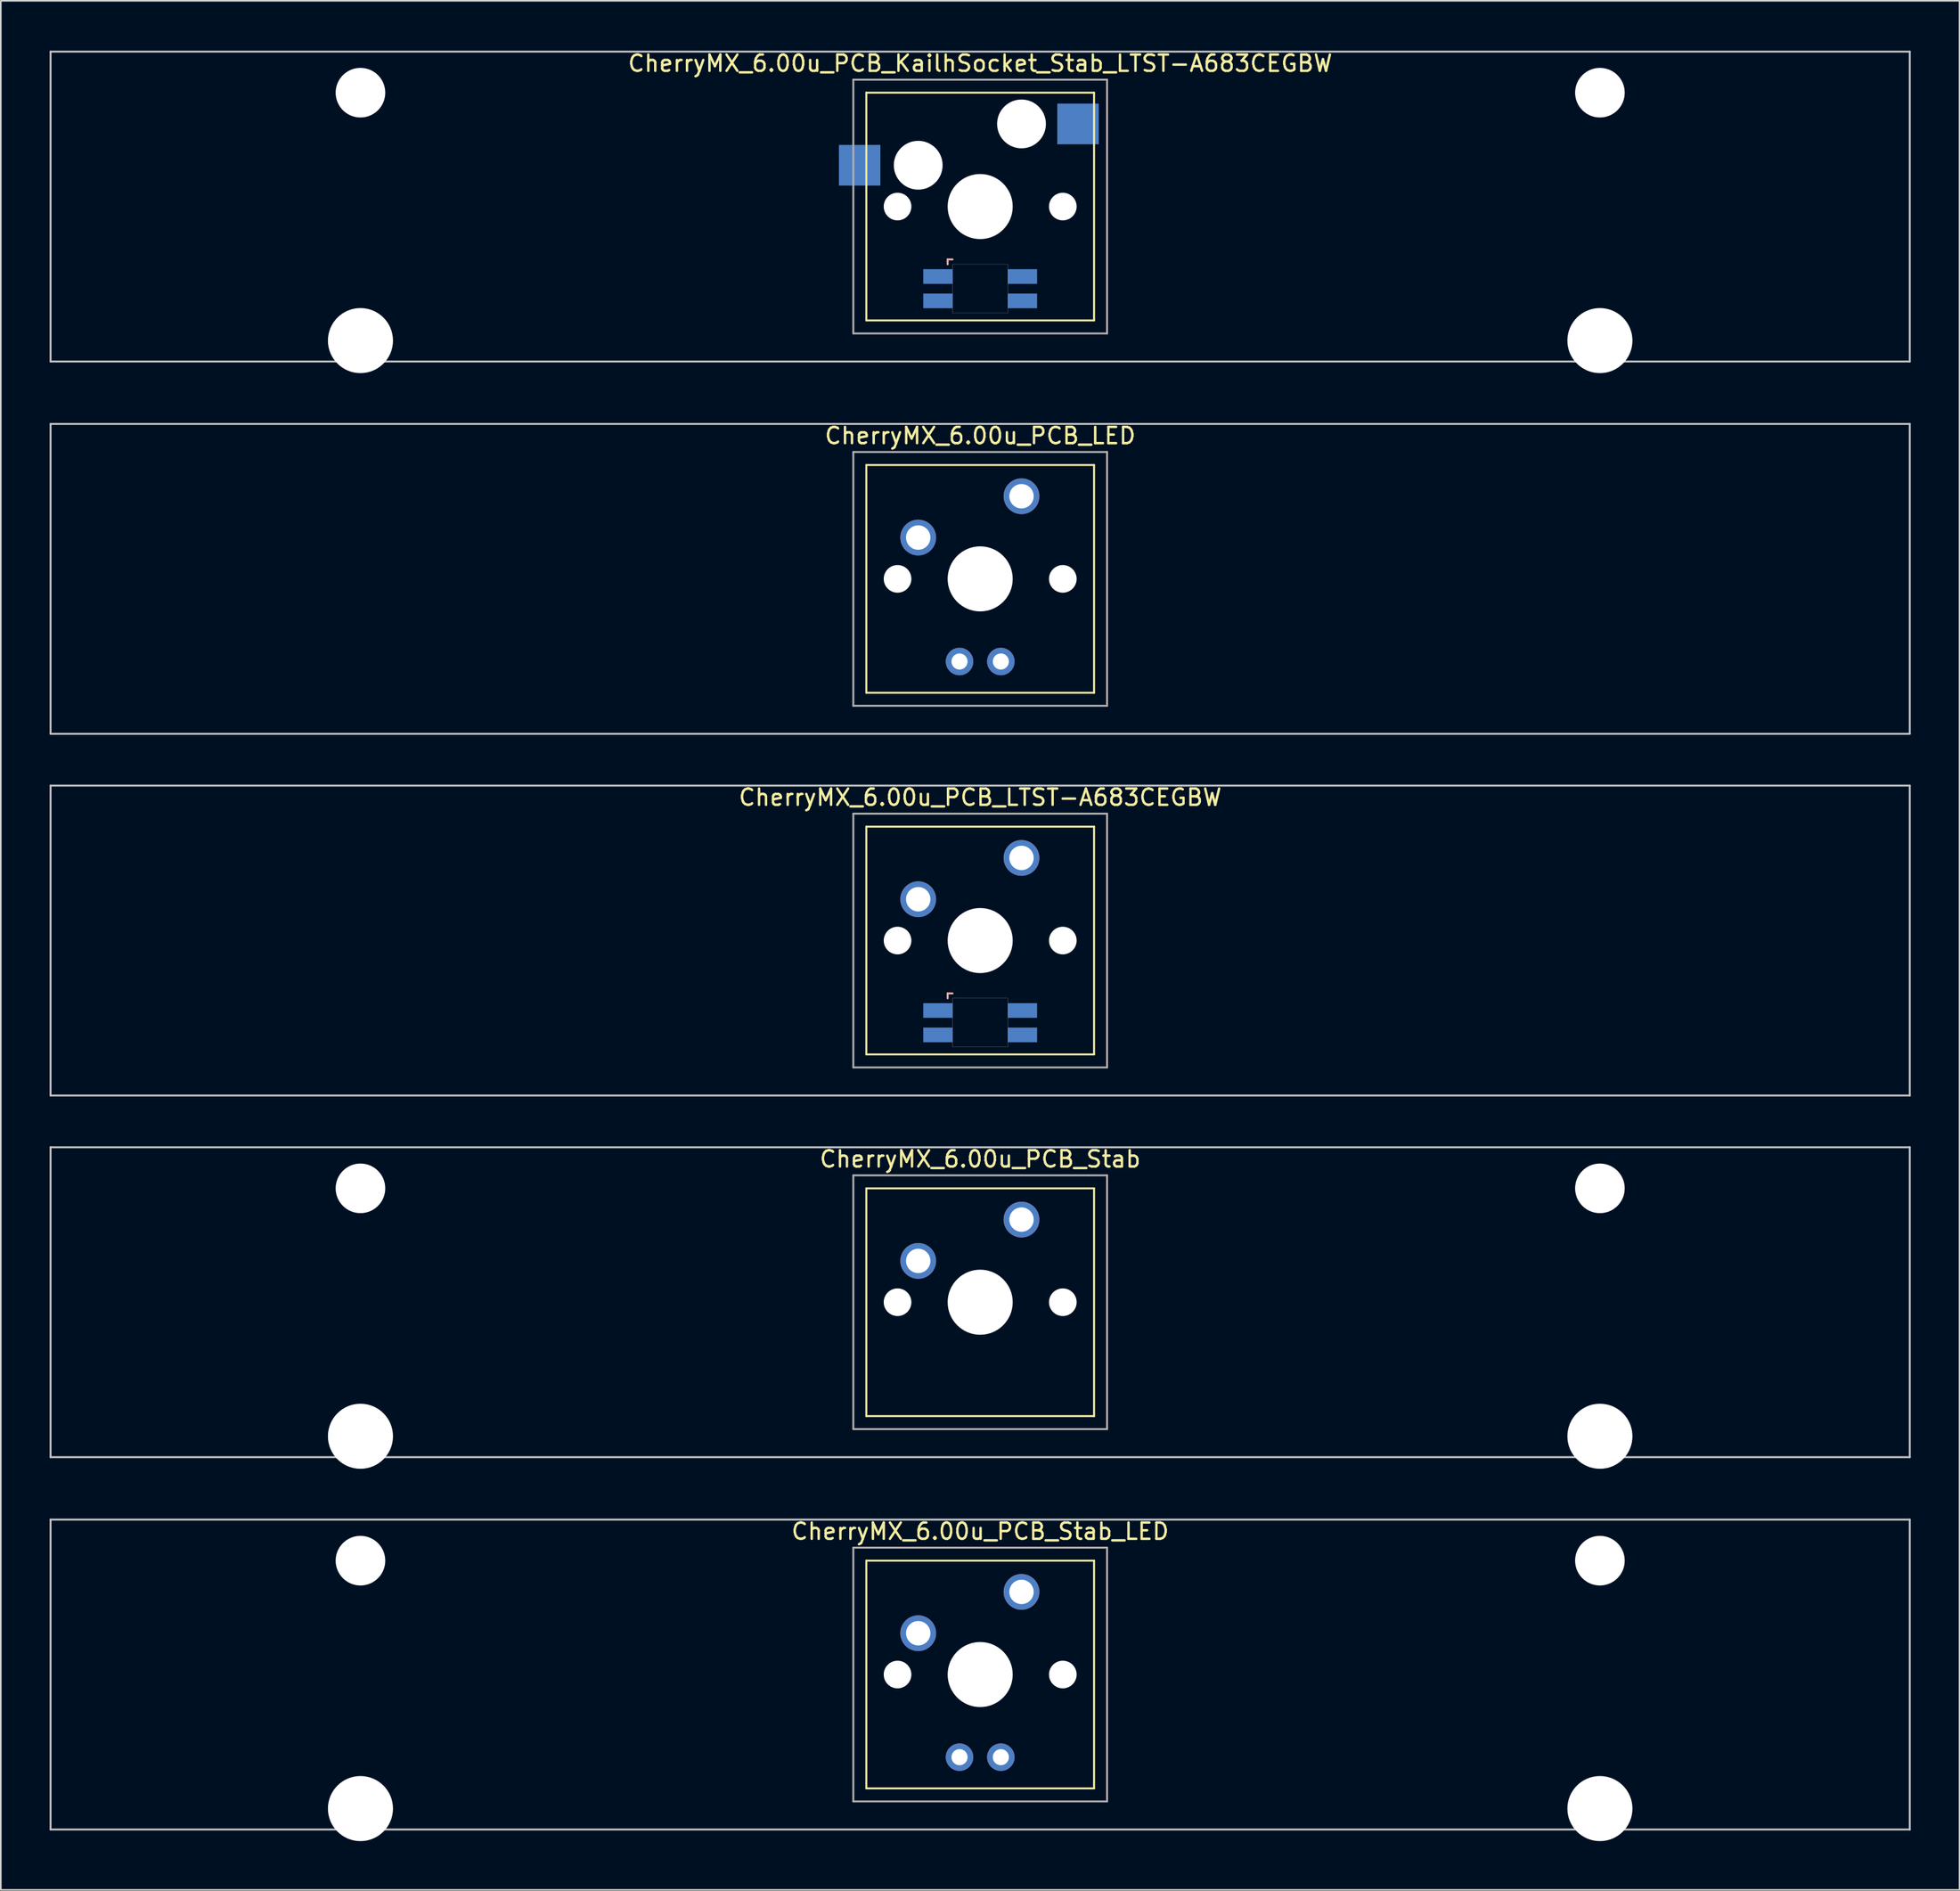
<source format=kicad_pcb>
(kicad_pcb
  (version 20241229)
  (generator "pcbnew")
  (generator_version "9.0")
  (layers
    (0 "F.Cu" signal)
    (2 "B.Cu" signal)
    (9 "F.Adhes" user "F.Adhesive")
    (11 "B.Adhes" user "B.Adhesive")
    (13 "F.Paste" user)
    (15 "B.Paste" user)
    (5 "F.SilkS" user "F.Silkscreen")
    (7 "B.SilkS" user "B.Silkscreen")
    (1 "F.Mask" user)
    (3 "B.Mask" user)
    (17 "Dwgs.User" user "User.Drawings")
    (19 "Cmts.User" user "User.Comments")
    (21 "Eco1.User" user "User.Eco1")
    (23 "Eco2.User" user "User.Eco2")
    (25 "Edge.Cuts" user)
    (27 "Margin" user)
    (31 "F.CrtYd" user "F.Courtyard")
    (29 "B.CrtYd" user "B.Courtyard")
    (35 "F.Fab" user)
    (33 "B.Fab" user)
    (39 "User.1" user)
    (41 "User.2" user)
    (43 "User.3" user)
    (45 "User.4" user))
  (footprint "CherryMX_6.00u_PCB_LTST-A683CEGBW"
    (layer "F.Cu")
    (at 57.21 54.77)
    (property "Reference" "CherryMX_6.00u_PCB_LTST-A683CEGBW" (at 0 -8.8 0) (layer "F.SilkS") (effects (font (size 1 1) (thickness 0.15))))
    (attr through_hole)
    (fp_line (start -7 -7) (end -7 7) (stroke (width 0.12) (type solid)) (layer "F.SilkS"))
    (fp_line (start -7 -7) (end 7 -7) (stroke (width 0.12) (type solid)) (layer "F.SilkS"))
    (fp_line (start 7 -7) (end 7 7) (stroke (width 0.12) (type solid)) (layer "F.SilkS"))
    (fp_line (start 7 7) (end -7 7) (stroke (width 0.12) (type solid)) (layer "F.SilkS"))
    (fp_line (start -2 3.25) (end -2 3.55) (stroke (width 0.12) (type solid)) (layer "B.SilkS"))
    (fp_line (start -1.7 3.25) (end -2 3.25) (stroke (width 0.12) (type solid)) (layer "B.SilkS"))
    (fp_line (start -57.15 -9.525) (end 57.15 -9.525) (stroke (width 0.12) (type solid)) (layer "Dwgs.User"))
    (fp_line (start -57.15 9.525) (end -57.15 -9.525) (stroke (width 0.12) (type solid)) (layer "Dwgs.User"))
    (fp_line (start 57.15 -9.525) (end 57.15 9.525) (stroke (width 0.12) (type solid)) (layer "Dwgs.User"))
    (fp_line (start 57.15 9.525) (end -57.15 9.525) (stroke (width 0.12) (type solid)) (layer "Dwgs.User"))
    (fp_poly (pts (xy 1.7 6.55) (xy -1.7 6.55) (xy -1.7 3.55) (xy 1.7 3.55)) (stroke (width 0.01) (type solid)) (fill no) (layer "Edge.Cuts"))
    (fp_line (start -7.8 -7.8) (end -7.8 7.8) (stroke (width 0.12) (type solid)) (layer "F.Fab"))
    (fp_line (start -7.8 -7.8) (end 7.8 -7.8) (stroke (width 0.12) (type solid)) (layer "F.Fab"))
    (fp_line (start -7.8 7.8) (end 7.8 7.8) (stroke (width 0.12) (type solid)) (layer "F.Fab"))
    (fp_line (start 7.8 -7.8) (end 7.8 7.8) (stroke (width 0.12) (type solid)) (layer "F.Fab"))
    (pad "" np_thru_hole circle (at -5.08 0) (size 1.7 1.7) (drill 1.7) (layers "*.Cu" "*.Mask"))
    (pad "" np_thru_hole circle (at 0 0) (size 4 4) (drill 4) (layers "*.Cu" "*.Mask"))
    (pad "" np_thru_hole circle (at 5.08 0) (size 1.7 1.7) (drill 1.7) (layers "*.Cu" "*.Mask"))
    (pad "1" thru_hole circle (at -3.81 -2.54) (size 2.2 2.2) (drill 1.5) (layers "*.Cu" "*.Mask"))
    (pad "2" thru_hole circle (at 2.54 -5.08) (size 2.2 2.2) (drill 1.5) (layers "*.Cu" "*.Mask"))
    (pad "3" smd rect (at -2.6 4.3) (size 1.8 0.9) (layers "B.Cu" "B.Mask" "B.Paste"))
    (pad "4" smd rect (at -2.6 5.8) (size 1.8 0.9) (layers "B.Cu" "B.Mask" "B.Paste"))
    (pad "5" smd rect (at 2.6 4.3) (size 1.8 0.9) (layers "B.Cu" "B.Mask" "B.Paste"))
    (pad "6" smd rect (at 2.6 5.8) (size 1.8 0.9) (layers "B.Cu" "B.Mask" "B.Paste")))
  (footprint "CherryMX_6.00u_PCB_KailhSocket_Stab_LTST-A683CEGBW"
    (layer "F.Cu")
    (at 57.21 9.648)
    (property "Reference" "CherryMX_6.00u_PCB_KailhSocket_Stab_LTST-A683CEGBW" (at 0 -8.8 0) (layer "F.SilkS") (effects (font (size 1 1) (thickness 0.15))))
    (attr through_hole)
    (fp_line (start -7 -7) (end -7 7) (stroke (width 0.12) (type solid)) (layer "F.SilkS"))
    (fp_line (start -7 -7) (end 7 -7) (stroke (width 0.12) (type solid)) (layer "F.SilkS"))
    (fp_line (start 7 -7) (end 7 7) (stroke (width 0.12) (type solid)) (layer "F.SilkS"))
    (fp_line (start 7 7) (end -7 7) (stroke (width 0.12) (type solid)) (layer "F.SilkS"))
    (fp_line (start -2 3.25) (end -2 3.55) (stroke (width 0.12) (type solid)) (layer "B.SilkS"))
    (fp_line (start -1.7 3.25) (end -2 3.25) (stroke (width 0.12) (type solid)) (layer "B.SilkS"))
    (fp_line (start -57.15 -9.525) (end 57.15 -9.525) (stroke (width 0.12) (type solid)) (layer "Dwgs.User"))
    (fp_line (start -57.15 9.525) (end -57.15 -9.525) (stroke (width 0.12) (type solid)) (layer "Dwgs.User"))
    (fp_line (start 57.15 -9.525) (end 57.15 9.525) (stroke (width 0.12) (type solid)) (layer "Dwgs.User"))
    (fp_line (start 57.15 9.525) (end -57.15 9.525) (stroke (width 0.12) (type solid)) (layer "Dwgs.User"))
    (fp_poly (pts (xy 1.7 6.55) (xy -1.7 6.55) (xy -1.7 3.55) (xy 1.7 3.55)) (stroke (width 0.01) (type solid)) (fill no) (layer "Edge.Cuts"))
    (fp_line (start -7.8 -7.8) (end -7.8 7.8) (stroke (width 0.12) (type solid)) (layer "F.Fab"))
    (fp_line (start -7.8 -7.8) (end 7.8 -7.8) (stroke (width 0.12) (type solid)) (layer "F.Fab"))
    (fp_line (start -7.8 7.8) (end 7.8 7.8) (stroke (width 0.12) (type solid)) (layer "F.Fab"))
    (fp_line (start 7.8 -7.8) (end 7.8 7.8) (stroke (width 0.12) (type solid)) (layer "F.Fab"))
    (pad "" np_thru_hole circle (at -38.1 -7) (size 3.05 3.05) (drill 3.05) (layers "*.Cu" "*.Mask"))
    (pad "" np_thru_hole circle (at -38.1 8.24) (size 4 4) (drill 4) (layers "*.Cu" "*.Mask"))
    (pad "" np_thru_hole circle (at -5.08 0) (size 1.7 1.7) (drill 1.7) (layers "*.Cu" "*.Mask"))
    (pad "" np_thru_hole circle (at -3.81 -2.54) (size 3 3) (drill 3) (layers "*.Cu" "*.Mask"))
    (pad "" np_thru_hole circle (at 0 0) (size 4 4) (drill 4) (layers "*.Cu" "*.Mask"))
    (pad "" np_thru_hole circle (at 2.54 -5.08) (size 3 3) (drill 3) (layers "*.Cu" "*.Mask"))
    (pad "" np_thru_hole circle (at 5.08 0) (size 1.7 1.7) (drill 1.7) (layers "*.Cu" "*.Mask"))
    (pad "" np_thru_hole circle (at 38.1 -7) (size 3.05 3.05) (drill 3.05) (layers "*.Cu" "*.Mask"))
    (pad "" np_thru_hole circle (at 38.1 8.24) (size 4 4) (drill 4) (layers "*.Cu" "*.Mask"))
    (pad "1" smd rect (at -7.41 -2.54) (size 2.55 2.5) (layers "B.Cu" "B.Mask" "B.Paste"))
    (pad "2" smd rect (at 6.015 -5.08) (size 2.55 2.5) (layers "B.Cu" "B.Mask" "B.Paste"))
    (pad "3" smd rect (at -2.6 4.3) (size 1.8 0.9) (layers "B.Cu" "B.Mask" "B.Paste"))
    (pad "4" smd rect (at -2.6 5.8) (size 1.8 0.9) (layers "B.Cu" "B.Mask" "B.Paste"))
    (pad "5" smd rect (at 2.6 4.3) (size 1.8 0.9) (layers "B.Cu" "B.Mask" "B.Paste"))
    (pad "6" smd rect (at 2.6 5.8) (size 1.8 0.9) (layers "B.Cu" "B.Mask" "B.Paste")))
  (footprint "CherryMX_6.00u_PCB_Stab"
    (layer "F.Cu")
    (at 57.21 77.003)
    (property "Reference" "CherryMX_6.00u_PCB_Stab" (at 0 -8.8 0) (layer "F.SilkS") (effects (font (size 1 1) (thickness 0.15))))
    (attr through_hole)
    (fp_line (start -7 -7) (end -7 7) (stroke (width 0.12) (type solid)) (layer "F.SilkS"))
    (fp_line (start -7 -7) (end 7 -7) (stroke (width 0.12) (type solid)) (layer "F.SilkS"))
    (fp_line (start 7 -7) (end 7 7) (stroke (width 0.12) (type solid)) (layer "F.SilkS"))
    (fp_line (start 7 7) (end -7 7) (stroke (width 0.12) (type solid)) (layer "F.SilkS"))
    (fp_line (start -57.15 -9.525) (end 57.15 -9.525) (stroke (width 0.12) (type solid)) (layer "Dwgs.User"))
    (fp_line (start -57.15 9.525) (end -57.15 -9.525) (stroke (width 0.12) (type solid)) (layer "Dwgs.User"))
    (fp_line (start 57.15 -9.525) (end 57.15 9.525) (stroke (width 0.12) (type solid)) (layer "Dwgs.User"))
    (fp_line (start 57.15 9.525) (end -57.15 9.525) (stroke (width 0.12) (type solid)) (layer "Dwgs.User"))
    (fp_line (start -7.8 -7.8) (end -7.8 7.8) (stroke (width 0.12) (type solid)) (layer "F.Fab"))
    (fp_line (start -7.8 -7.8) (end 7.8 -7.8) (stroke (width 0.12) (type solid)) (layer "F.Fab"))
    (fp_line (start -7.8 7.8) (end 7.8 7.8) (stroke (width 0.12) (type solid)) (layer "F.Fab"))
    (fp_line (start 7.8 -7.8) (end 7.8 7.8) (stroke (width 0.12) (type solid)) (layer "F.Fab"))
    (pad "" np_thru_hole circle (at -38.1 -7) (size 3.05 3.05) (drill 3.05) (layers "*.Cu" "*.Mask"))
    (pad "" np_thru_hole circle (at -38.1 8.24) (size 4 4) (drill 4) (layers "*.Cu" "*.Mask"))
    (pad "" np_thru_hole circle (at -5.08 0) (size 1.7 1.7) (drill 1.7) (layers "*.Cu" "*.Mask"))
    (pad "" np_thru_hole circle (at 0 0) (size 4 4) (drill 4) (layers "*.Cu" "*.Mask"))
    (pad "" np_thru_hole circle (at 5.08 0) (size 1.7 1.7) (drill 1.7) (layers "*.Cu" "*.Mask"))
    (pad "" np_thru_hole circle (at 38.1 -7) (size 3.05 3.05) (drill 3.05) (layers "*.Cu" "*.Mask"))
    (pad "" np_thru_hole circle (at 38.1 8.24) (size 4 4) (drill 4) (layers "*.Cu" "*.Mask"))
    (pad "1" thru_hole circle (at -3.81 -2.54) (size 2.2 2.2) (drill 1.5) (layers "*.Cu" "*.Mask"))
    (pad "2" thru_hole circle (at 2.54 -5.08) (size 2.2 2.2) (drill 1.5) (layers "*.Cu" "*.Mask")))
  (footprint "CherryMX_6.00u_PCB_LED"
    (layer "F.Cu")
    (at 57.21 32.536)
    (property "Reference" "CherryMX_6.00u_PCB_LED" (at 0 -8.8 0) (layer "F.SilkS") (effects (font (size 1 1) (thickness 0.15))))
    (attr through_hole)
    (fp_line (start -7 -7) (end -7 7) (stroke (width 0.12) (type solid)) (layer "F.SilkS"))
    (fp_line (start -7 -7) (end 7 -7) (stroke (width 0.12) (type solid)) (layer "F.SilkS"))
    (fp_line (start 7 -7) (end 7 7) (stroke (width 0.12) (type solid)) (layer "F.SilkS"))
    (fp_line (start 7 7) (end -7 7) (stroke (width 0.12) (type solid)) (layer "F.SilkS"))
    (fp_line (start -57.15 -9.525) (end 57.15 -9.525) (stroke (width 0.12) (type solid)) (layer "Dwgs.User"))
    (fp_line (start -57.15 9.525) (end -57.15 -9.525) (stroke (width 0.12) (type solid)) (layer "Dwgs.User"))
    (fp_line (start 57.15 -9.525) (end 57.15 9.525) (stroke (width 0.12) (type solid)) (layer "Dwgs.User"))
    (fp_line (start 57.15 9.525) (end -57.15 9.525) (stroke (width 0.12) (type solid)) (layer "Dwgs.User"))
    (fp_line (start -7.8 -7.8) (end -7.8 7.8) (stroke (width 0.12) (type solid)) (layer "F.Fab"))
    (fp_line (start -7.8 -7.8) (end 7.8 -7.8) (stroke (width 0.12) (type solid)) (layer "F.Fab"))
    (fp_line (start -7.8 7.8) (end 7.8 7.8) (stroke (width 0.12) (type solid)) (layer "F.Fab"))
    (fp_line (start 7.8 -7.8) (end 7.8 7.8) (stroke (width 0.12) (type solid)) (layer "F.Fab"))
    (pad "" np_thru_hole circle (at -5.08 0) (size 1.7 1.7) (drill 1.7) (layers "*.Cu" "*.Mask"))
    (pad "" np_thru_hole circle (at 0 0) (size 4 4) (drill 4) (layers "*.Cu" "*.Mask"))
    (pad "" np_thru_hole circle (at 5.08 0) (size 1.7 1.7) (drill 1.7) (layers "*.Cu" "*.Mask"))
    (pad "1" thru_hole circle (at -3.81 -2.54) (size 2.2 2.2) (drill 1.5) (layers "*.Cu" "*.Mask"))
    (pad "2" thru_hole circle (at 2.54 -5.08) (size 2.2 2.2) (drill 1.5) (layers "*.Cu" "*.Mask"))
    (pad "3" thru_hole circle (at -1.27 5.08) (size 1.691 1.691) (drill 0.991) (layers "*.Cu" "*.Mask"))
    (pad "4" thru_hole circle (at 1.27 5.08) (size 1.691 1.691) (drill 0.991) (layers "*.Cu" "*.Mask")))
  (footprint "CherryMX_6.00u_PCB_Stab_LED"
    (layer "F.Cu")
    (at 57.21 99.891)
    (property "Reference" "CherryMX_6.00u_PCB_Stab_LED" (at 0 -8.8 0) (layer "F.SilkS") (effects (font (size 1 1) (thickness 0.15))))
    (attr through_hole)
    (fp_line (start -7 -7) (end -7 7) (stroke (width 0.12) (type solid)) (layer "F.SilkS"))
    (fp_line (start -7 -7) (end 7 -7) (stroke (width 0.12) (type solid)) (layer "F.SilkS"))
    (fp_line (start 7 -7) (end 7 7) (stroke (width 0.12) (type solid)) (layer "F.SilkS"))
    (fp_line (start 7 7) (end -7 7) (stroke (width 0.12) (type solid)) (layer "F.SilkS"))
    (fp_line (start -57.15 -9.525) (end 57.15 -9.525) (stroke (width 0.12) (type solid)) (layer "Dwgs.User"))
    (fp_line (start -57.15 9.525) (end -57.15 -9.525) (stroke (width 0.12) (type solid)) (layer "Dwgs.User"))
    (fp_line (start 57.15 -9.525) (end 57.15 9.525) (stroke (width 0.12) (type solid)) (layer "Dwgs.User"))
    (fp_line (start 57.15 9.525) (end -57.15 9.525) (stroke (width 0.12) (type solid)) (layer "Dwgs.User"))
    (fp_line (start -7.8 -7.8) (end -7.8 7.8) (stroke (width 0.12) (type solid)) (layer "F.Fab"))
    (fp_line (start -7.8 -7.8) (end 7.8 -7.8) (stroke (width 0.12) (type solid)) (layer "F.Fab"))
    (fp_line (start -7.8 7.8) (end 7.8 7.8) (stroke (width 0.12) (type solid)) (layer "F.Fab"))
    (fp_line (start 7.8 -7.8) (end 7.8 7.8) (stroke (width 0.12) (type solid)) (layer "F.Fab"))
    (pad "" np_thru_hole circle (at -38.1 -7) (size 3.05 3.05) (drill 3.05) (layers "*.Cu" "*.Mask"))
    (pad "" np_thru_hole circle (at -38.1 8.24) (size 4 4) (drill 4) (layers "*.Cu" "*.Mask"))
    (pad "" np_thru_hole circle (at -5.08 0) (size 1.7 1.7) (drill 1.7) (layers "*.Cu" "*.Mask"))
    (pad "" np_thru_hole circle (at 0 0) (size 4 4) (drill 4) (layers "*.Cu" "*.Mask"))
    (pad "" np_thru_hole circle (at 5.08 0) (size 1.7 1.7) (drill 1.7) (layers "*.Cu" "*.Mask"))
    (pad "" np_thru_hole circle (at 38.1 -7) (size 3.05 3.05) (drill 3.05) (layers "*.Cu" "*.Mask"))
    (pad "" np_thru_hole circle (at 38.1 8.24) (size 4 4) (drill 4) (layers "*.Cu" "*.Mask"))
    (pad "1" thru_hole circle (at -3.81 -2.54) (size 2.2 2.2) (drill 1.5) (layers "*.Cu" "*.Mask"))
    (pad "2" thru_hole circle (at 2.54 -5.08) (size 2.2 2.2) (drill 1.5) (layers "*.Cu" "*.Mask"))
    (pad "3" thru_hole circle (at -1.27 5.08) (size 1.691 1.691) (drill 0.991) (layers "*.Cu" "*.Mask"))
    (pad "4" thru_hole circle (at 1.27 5.08) (size 1.691 1.691) (drill 0.991) (layers "*.Cu" "*.Mask")))
  (gr_rect
    (start -3 -3)
    (end 117.42 113.131)
    (stroke (width 0.1) (type default))
    (fill no)
    (layer "Edge.Cuts")))
</source>
